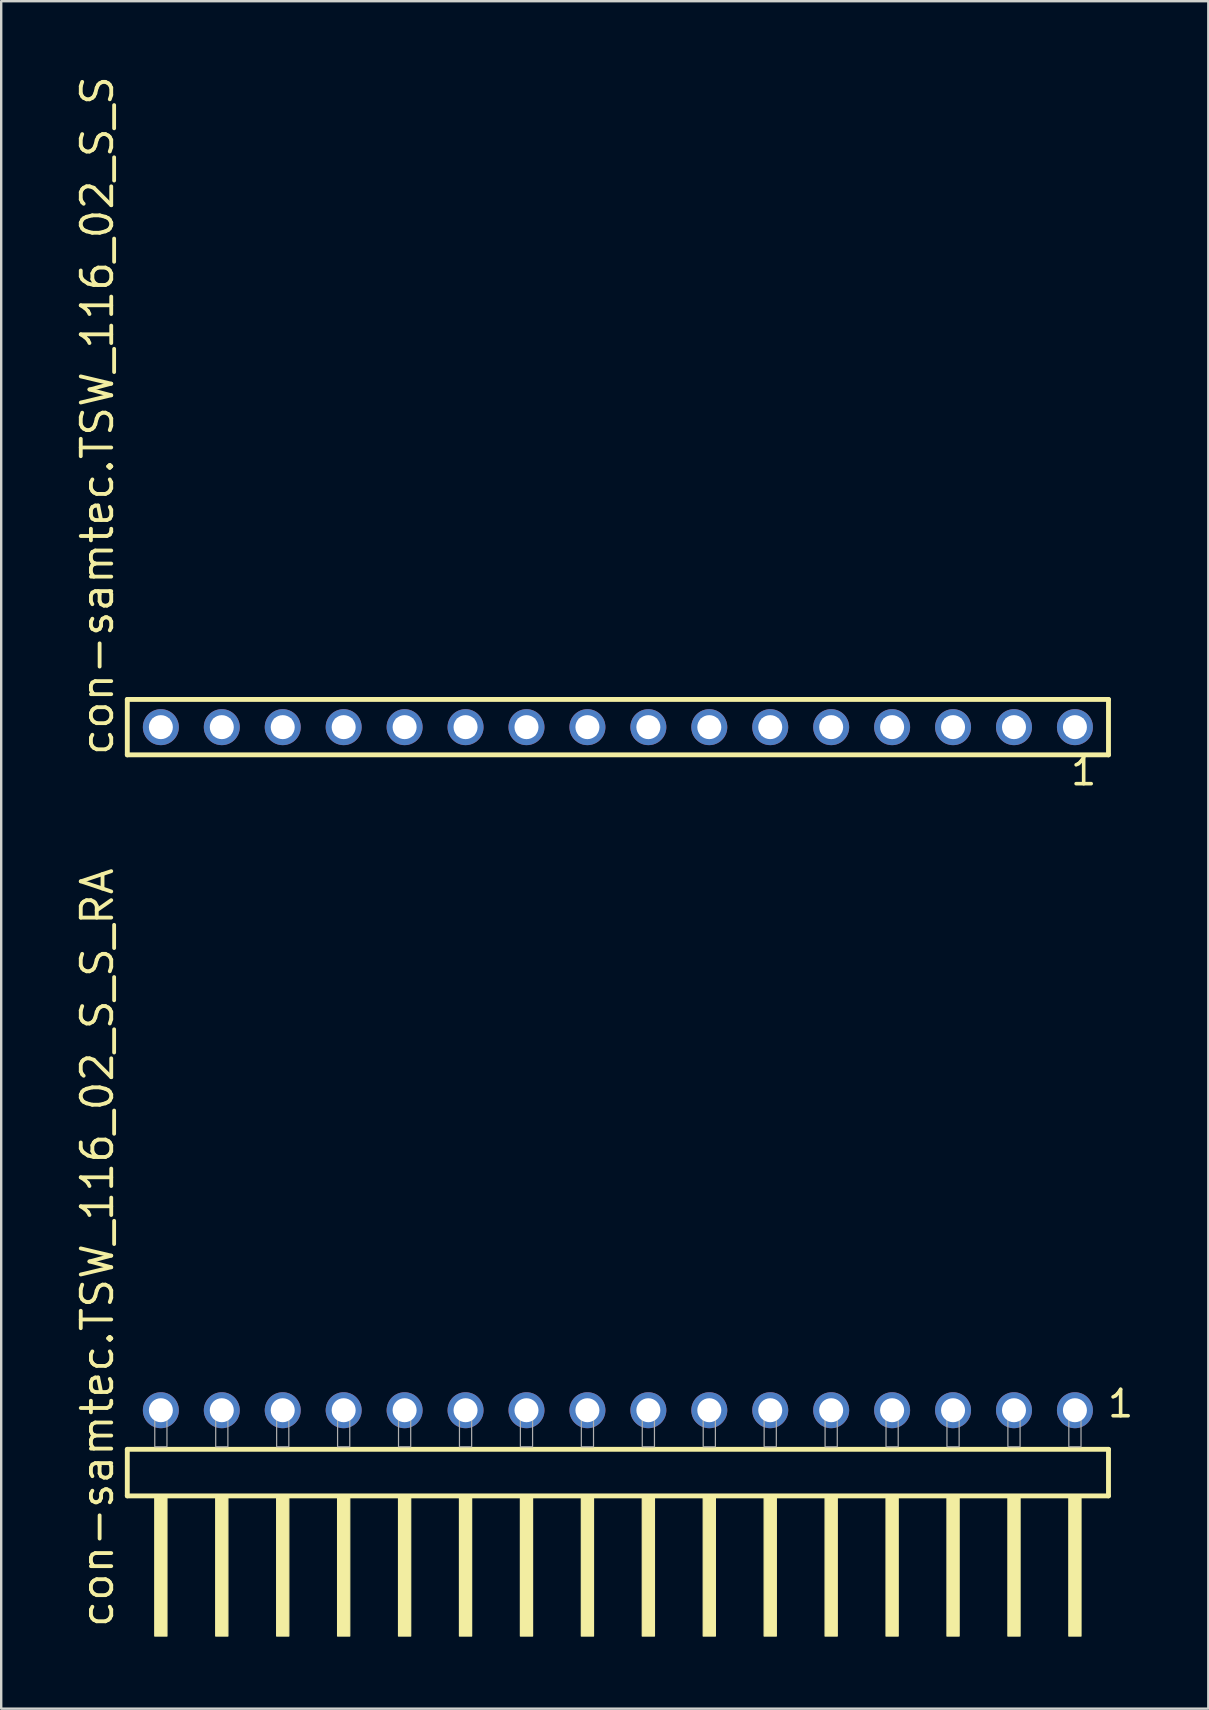
<source format=kicad_pcb>
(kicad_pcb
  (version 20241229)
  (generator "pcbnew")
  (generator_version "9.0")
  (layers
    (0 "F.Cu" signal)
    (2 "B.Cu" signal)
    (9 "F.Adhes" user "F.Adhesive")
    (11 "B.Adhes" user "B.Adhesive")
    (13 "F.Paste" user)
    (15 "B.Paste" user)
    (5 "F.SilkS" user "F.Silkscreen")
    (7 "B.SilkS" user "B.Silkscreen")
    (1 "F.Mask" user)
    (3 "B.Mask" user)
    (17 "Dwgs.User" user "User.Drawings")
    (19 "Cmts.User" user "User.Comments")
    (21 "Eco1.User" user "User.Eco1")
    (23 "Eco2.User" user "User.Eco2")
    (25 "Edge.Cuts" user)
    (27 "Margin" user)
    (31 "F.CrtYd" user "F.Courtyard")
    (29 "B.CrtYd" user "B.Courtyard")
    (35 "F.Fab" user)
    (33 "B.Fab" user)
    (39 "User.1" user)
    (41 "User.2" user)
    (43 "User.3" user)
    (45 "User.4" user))
  (footprint "con-samtec.TSW_116_02_S_S_RA"
    (layer "F.Cu")
    (at 22.705 57.255)
    (property "Reference" "con-samtec.TSW_116_02_S_S_RA" (at -20.955 7.62 90) (layer "F.SilkS") (effects (font (size 1.27 1.27) (thickness 0.16)) (justify left bottom)))
    (attr through_hole)
    (fp_line (start -20.449 0.106) (end -20.449 2.046) (stroke (width 0.203) (type default)) (layer "F.SilkS"))
    (fp_line (start -20.449 2.046) (end 20.449 2.046) (stroke (width 0.203) (type default)) (layer "F.SilkS"))
    (fp_line (start 20.449 0.106) (end -20.449 0.106) (stroke (width 0.203) (type default)) (layer "F.SilkS"))
    (fp_line (start 20.449 2.046) (end 20.449 0.106) (stroke (width 0.203) (type default)) (layer "F.SilkS"))
    (fp_rect (start -19.304 7.89) (end -18.796 2.04) (stroke (width 0.05) (type default)) (fill yes) (layer "F.SilkS"))
    (fp_rect (start -16.764 7.89) (end -16.256 2.04) (stroke (width 0.05) (type default)) (fill yes) (layer "F.SilkS"))
    (fp_rect (start -14.224 7.89) (end -13.716 2.04) (stroke (width 0.05) (type default)) (fill yes) (layer "F.SilkS"))
    (fp_rect (start -11.684 7.89) (end -11.176 2.04) (stroke (width 0.05) (type default)) (fill yes) (layer "F.SilkS"))
    (fp_rect (start -9.144 7.89) (end -8.636 2.04) (stroke (width 0.05) (type default)) (fill yes) (layer "F.SilkS"))
    (fp_rect (start -6.604 7.89) (end -6.096 2.04) (stroke (width 0.05) (type default)) (fill yes) (layer "F.SilkS"))
    (fp_rect (start -4.064 7.89) (end -3.556 2.04) (stroke (width 0.05) (type default)) (fill yes) (layer "F.SilkS"))
    (fp_rect (start -1.524 7.89) (end -1.016 2.04) (stroke (width 0.05) (type default)) (fill yes) (layer "F.SilkS"))
    (fp_rect (start 1.016 7.89) (end 1.524 2.04) (stroke (width 0.05) (type default)) (fill yes) (layer "F.SilkS"))
    (fp_rect (start 3.556 7.89) (end 4.064 2.04) (stroke (width 0.05) (type default)) (fill yes) (layer "F.SilkS"))
    (fp_rect (start 6.096 7.89) (end 6.604 2.04) (stroke (width 0.05) (type default)) (fill yes) (layer "F.SilkS"))
    (fp_rect (start 8.636 7.89) (end 9.144 2.04) (stroke (width 0.05) (type default)) (fill yes) (layer "F.SilkS"))
    (fp_rect (start 11.176 7.89) (end 11.684 2.04) (stroke (width 0.05) (type default)) (fill yes) (layer "F.SilkS"))
    (fp_rect (start 13.716 7.89) (end 14.224 2.04) (stroke (width 0.05) (type default)) (fill yes) (layer "F.SilkS"))
    (fp_rect (start 16.256 7.89) (end 16.764 2.04) (stroke (width 0.05) (type default)) (fill yes) (layer "F.SilkS"))
    (fp_rect (start 18.796 7.89) (end 19.304 2.04) (stroke (width 0.05) (type default)) (fill yes) (layer "F.SilkS"))
    (fp_rect (start -19.304 0) (end -18.796 -1.778) (stroke (width 0.05) (type default)) (fill no) (layer "F.Fab"))
    (fp_rect (start -16.764 0) (end -16.256 -1.778) (stroke (width 0.05) (type default)) (fill no) (layer "F.Fab"))
    (fp_rect (start -14.224 0) (end -13.716 -1.778) (stroke (width 0.05) (type default)) (fill no) (layer "F.Fab"))
    (fp_rect (start -11.684 0) (end -11.176 -1.778) (stroke (width 0.05) (type default)) (fill no) (layer "F.Fab"))
    (fp_rect (start -9.144 0) (end -8.636 -1.778) (stroke (width 0.05) (type default)) (fill no) (layer "F.Fab"))
    (fp_rect (start -6.604 0) (end -6.096 -1.778) (stroke (width 0.05) (type default)) (fill no) (layer "F.Fab"))
    (fp_rect (start -4.064 0) (end -3.556 -1.778) (stroke (width 0.05) (type default)) (fill no) (layer "F.Fab"))
    (fp_rect (start -1.524 0) (end -1.016 -1.778) (stroke (width 0.05) (type default)) (fill no) (layer "F.Fab"))
    (fp_rect (start 1.016 0) (end 1.524 -1.778) (stroke (width 0.05) (type default)) (fill no) (layer "F.Fab"))
    (fp_rect (start 3.556 0) (end 4.064 -1.778) (stroke (width 0.05) (type default)) (fill no) (layer "F.Fab"))
    (fp_rect (start 6.096 0) (end 6.604 -1.778) (stroke (width 0.05) (type default)) (fill no) (layer "F.Fab"))
    (fp_rect (start 8.636 0) (end 9.144 -1.778) (stroke (width 0.05) (type default)) (fill no) (layer "F.Fab"))
    (fp_rect (start 11.176 0) (end 11.684 -1.778) (stroke (width 0.05) (type default)) (fill no) (layer "F.Fab"))
    (fp_rect (start 13.716 0) (end 14.224 -1.778) (stroke (width 0.05) (type default)) (fill no) (layer "F.Fab"))
    (fp_rect (start 16.256 0) (end 16.764 -1.778) (stroke (width 0.05) (type default)) (fill no) (layer "F.Fab"))
    (fp_rect (start 18.796 0) (end 19.304 -1.778) (stroke (width 0.05) (type default)) (fill no) (layer "F.Fab"))
    (fp_text user "1" (at 20.332 -1.152 0) (layer "F.SilkS") (effects (font (size 1.1 1.1) (thickness 0.15)) (justify left bottom)))
    (pad "1" thru_hole circle (at 19.05 -1.524 180) (size 1.5 1.5) (drill 1) (layers "*.Cu" "*.Mask"))
    (pad "2" thru_hole circle (at 16.51 -1.524 180) (size 1.5 1.5) (drill 1) (layers "*.Cu" "*.Mask"))
    (pad "3" thru_hole circle (at 13.97 -1.524 180) (size 1.5 1.5) (drill 1) (layers "*.Cu" "*.Mask"))
    (pad "4" thru_hole circle (at 11.43 -1.524 180) (size 1.5 1.5) (drill 1) (layers "*.Cu" "*.Mask"))
    (pad "5" thru_hole circle (at 8.89 -1.524 180) (size 1.5 1.5) (drill 1) (layers "*.Cu" "*.Mask"))
    (pad "6" thru_hole circle (at 6.35 -1.524 180) (size 1.5 1.5) (drill 1) (layers "*.Cu" "*.Mask"))
    (pad "7" thru_hole circle (at 3.81 -1.524 180) (size 1.5 1.5) (drill 1) (layers "*.Cu" "*.Mask"))
    (pad "8" thru_hole circle (at 1.27 -1.524 180) (size 1.5 1.5) (drill 1) (layers "*.Cu" "*.Mask"))
    (pad "9" thru_hole circle (at -1.27 -1.524 180) (size 1.5 1.5) (drill 1) (layers "*.Cu" "*.Mask"))
    (pad "10" thru_hole circle (at -3.81 -1.524 180) (size 1.5 1.5) (drill 1) (layers "*.Cu" "*.Mask"))
    (pad "11" thru_hole circle (at -6.35 -1.524 180) (size 1.5 1.5) (drill 1) (layers "*.Cu" "*.Mask"))
    (pad "12" thru_hole circle (at -8.89 -1.524 180) (size 1.5 1.5) (drill 1) (layers "*.Cu" "*.Mask"))
    (pad "13" thru_hole circle (at -11.43 -1.524 180) (size 1.5 1.5) (drill 1) (layers "*.Cu" "*.Mask"))
    (pad "14" thru_hole circle (at -13.97 -1.524 180) (size 1.5 1.5) (drill 1) (layers "*.Cu" "*.Mask"))
    (pad "15" thru_hole circle (at -16.51 -1.524 180) (size 1.5 1.5) (drill 1) (layers "*.Cu" "*.Mask"))
    (pad "16" thru_hole circle (at -19.05 -1.524 180) (size 1.5 1.5) (drill 1) (layers "*.Cu" "*.Mask")))
  (footprint "con-samtec.TSW_116_02_S_S"
    (layer "F.Cu")
    (at 22.705 27.259)
    (property "Reference" "con-samtec.TSW_116_02_S_S" (at -20.955 1.27 90) (layer "F.SilkS") (effects (font (size 1.27 1.27) (thickness 0.16)) (justify left bottom)))
    (attr through_hole)
    (fp_line (start -20.449 -1.155) (end 20.449 -1.155) (stroke (width 0.203) (type default)) (layer "F.SilkS"))
    (fp_line (start -20.449 1.155) (end -20.449 -1.155) (stroke (width 0.203) (type default)) (layer "F.SilkS"))
    (fp_line (start 20.449 -1.155) (end 20.449 1.155) (stroke (width 0.203) (type default)) (layer "F.SilkS"))
    (fp_line (start 20.449 1.155) (end -20.449 1.155) (stroke (width 0.203) (type default)) (layer "F.SilkS"))
    (fp_rect (start -19.4 0.35) (end -18.7 -0.35) (stroke (width 0.05) (type default)) (fill no) (layer "F.Fab"))
    (fp_rect (start -16.86 0.35) (end -16.16 -0.35) (stroke (width 0.05) (type default)) (fill no) (layer "F.Fab"))
    (fp_rect (start -14.32 0.35) (end -13.62 -0.35) (stroke (width 0.05) (type default)) (fill no) (layer "F.Fab"))
    (fp_rect (start -11.78 0.35) (end -11.08 -0.35) (stroke (width 0.05) (type default)) (fill no) (layer "F.Fab"))
    (fp_rect (start -9.24 0.35) (end -8.54 -0.35) (stroke (width 0.05) (type default)) (fill no) (layer "F.Fab"))
    (fp_rect (start -6.7 0.35) (end -6 -0.35) (stroke (width 0.05) (type default)) (fill no) (layer "F.Fab"))
    (fp_rect (start -4.16 0.35) (end -3.46 -0.35) (stroke (width 0.05) (type default)) (fill no) (layer "F.Fab"))
    (fp_rect (start -1.62 0.35) (end -0.92 -0.35) (stroke (width 0.05) (type default)) (fill no) (layer "F.Fab"))
    (fp_rect (start 0.92 0.35) (end 1.62 -0.35) (stroke (width 0.05) (type default)) (fill no) (layer "F.Fab"))
    (fp_rect (start 3.46 0.35) (end 4.16 -0.35) (stroke (width 0.05) (type default)) (fill no) (layer "F.Fab"))
    (fp_rect (start 6 0.35) (end 6.7 -0.35) (stroke (width 0.05) (type default)) (fill no) (layer "F.Fab"))
    (fp_rect (start 8.54 0.35) (end 9.24 -0.35) (stroke (width 0.05) (type default)) (fill no) (layer "F.Fab"))
    (fp_rect (start 11.08 0.35) (end 11.78 -0.35) (stroke (width 0.05) (type default)) (fill no) (layer "F.Fab"))
    (fp_rect (start 13.62 0.35) (end 14.32 -0.35) (stroke (width 0.05) (type default)) (fill no) (layer "F.Fab"))
    (fp_rect (start 16.16 0.35) (end 16.86 -0.35) (stroke (width 0.05) (type default)) (fill no) (layer "F.Fab"))
    (fp_rect (start 18.7 0.35) (end 19.4 -0.35) (stroke (width 0.05) (type default)) (fill no) (layer "F.Fab"))
    (fp_text user "1" (at 18.792 2.498 0) (layer "F.SilkS") (effects (font (size 1.1 1.1) (thickness 0.15)) (justify left bottom)))
    (pad "1" thru_hole circle (at 19.05 0 180) (size 1.5 1.5) (drill 1) (layers "*.Cu" "*.Mask"))
    (pad "2" thru_hole circle (at 16.51 0 180) (size 1.5 1.5) (drill 1) (layers "*.Cu" "*.Mask"))
    (pad "3" thru_hole circle (at 13.97 0 180) (size 1.5 1.5) (drill 1) (layers "*.Cu" "*.Mask"))
    (pad "4" thru_hole circle (at 11.43 0 180) (size 1.5 1.5) (drill 1) (layers "*.Cu" "*.Mask"))
    (pad "5" thru_hole circle (at 8.89 0 180) (size 1.5 1.5) (drill 1) (layers "*.Cu" "*.Mask"))
    (pad "6" thru_hole circle (at 6.35 0 180) (size 1.5 1.5) (drill 1) (layers "*.Cu" "*.Mask"))
    (pad "7" thru_hole circle (at 3.81 0 180) (size 1.5 1.5) (drill 1) (layers "*.Cu" "*.Mask"))
    (pad "8" thru_hole circle (at 1.27 0 180) (size 1.5 1.5) (drill 1) (layers "*.Cu" "*.Mask"))
    (pad "9" thru_hole circle (at -1.27 0 180) (size 1.5 1.5) (drill 1) (layers "*.Cu" "*.Mask"))
    (pad "10" thru_hole circle (at -3.81 0 180) (size 1.5 1.5) (drill 1) (layers "*.Cu" "*.Mask"))
    (pad "11" thru_hole circle (at -6.35 0 180) (size 1.5 1.5) (drill 1) (layers "*.Cu" "*.Mask"))
    (pad "12" thru_hole circle (at -8.89 0 180) (size 1.5 1.5) (drill 1) (layers "*.Cu" "*.Mask"))
    (pad "13" thru_hole circle (at -11.43 0 180) (size 1.5 1.5) (drill 1) (layers "*.Cu" "*.Mask"))
    (pad "14" thru_hole circle (at -13.97 0 180) (size 1.5 1.5) (drill 1) (layers "*.Cu" "*.Mask"))
    (pad "15" thru_hole circle (at -16.51 0 180) (size 1.5 1.5) (drill 1) (layers "*.Cu" "*.Mask"))
    (pad "16" thru_hole circle (at -19.05 0 180) (size 1.5 1.5) (drill 1) (layers "*.Cu" "*.Mask")))
  (gr_rect
    (start -3 -3)
    (end 47.315 68.17)
    (stroke (width 0.1) (type default))
    (fill no)
    (layer "Edge.Cuts")))
</source>
